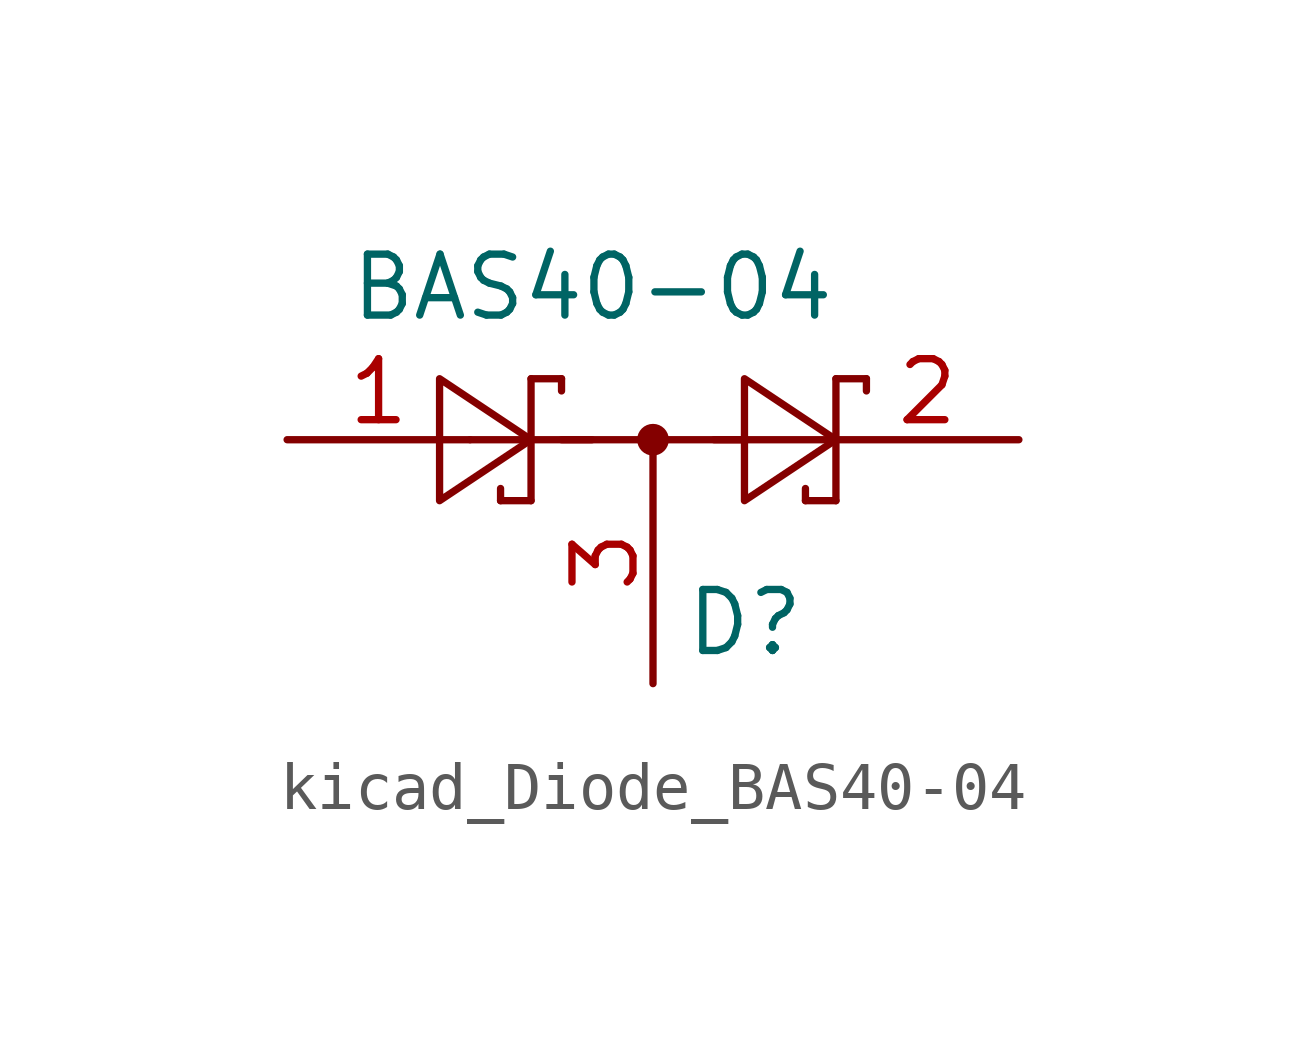
<source format=kicad_sym>
(kicad_symbol_lib
  (version 20220914)
  (generator kicad_symbol_editor)
  (symbol "kicad_Diode_BAS40-04"
    (pin_names
      (offset 1.016))
    (property "Reference" "D"
      (at 0.635 -1.27 0)
      (effects (font (size 1.27 1.27)) (justify left)))
    (property "Value" "BAS40-04"
      (at -6.35 5.715 0)
      (effects (font (size 1.27 1.27)) (justify left)))
    (symbol "kicad_Diode_BAS40-04_0_1"
      (polyline (pts (xy -3.81 2.54) (xy -1.27 2.54)) (stroke (width 0) (type default)) (fill (type none)))
      (polyline (pts (xy -3.175 1.27) (xy -3.175 1.524)) (stroke (width 0) (type default)) (fill (type none)))
      (polyline (pts (xy -2.54 1.27) (xy -3.175 1.27)) (stroke (width 0) (type default)) (fill (type none)))
      (polyline (pts (xy -2.54 1.27) (xy -2.54 3.81)) (stroke (width 0) (type default)) (fill (type none)))
      (polyline (pts (xy -2.54 3.81) (xy -1.905 3.81)) (stroke (width 0) (type default)) (fill (type none)))
      (polyline (pts (xy -1.905 2.54) (xy 1.905 2.54)) (stroke (width 0) (type default)) (fill (type none)))
      (polyline (pts (xy -1.905 3.81) (xy -1.905 3.556)) (stroke (width 0) (type default)) (fill (type none)))
      (polyline (pts (xy 1.27 2.54) (xy 3.81 2.54)) (stroke (width 0) (type default)) (fill (type none)))
      (polyline (pts (xy 3.175 1.27) (xy 3.175 1.524)) (stroke (width 0) (type default)) (fill (type none)))
      (polyline (pts (xy 3.81 1.27) (xy 3.175 1.27)) (stroke (width 0) (type default)) (fill (type none)))
      (polyline (pts (xy 3.81 1.27) (xy 3.81 3.81)) (stroke (width 0) (type default)) (fill (type none)))
      (polyline (pts (xy 3.81 3.81) (xy 4.445 3.81)) (stroke (width 0) (type default)) (fill (type none)))
      (polyline (pts (xy 4.445 3.81) (xy 4.445 3.556)) (stroke (width 0) (type default)) (fill (type none)))
      (polyline (pts (xy -4.445 3.81) (xy -4.445 1.27) (xy -2.54 2.54) (xy -4.445 3.81)) (stroke (width 0) (type default)) (fill (type none)))
      (polyline (pts (xy 1.905 3.81) (xy 1.905 1.27) (xy 3.81 2.54) (xy 1.905 3.81)) (stroke (width 0) (type default)) (fill (type none)))
      (circle (center 0 2.54) (radius 0.254) (stroke (width 0) (type default)) (fill (type outline))))
    (symbol "kicad_Diode_BAS40-04_1_1"
      (pin passive line (at -7.62 2.54 0) (length 3.81) (name "~" (effects (font (size 1.27 1.27)))) (number "1" (effects (font (size 1.27 1.27)))))
      (pin passive line (at 7.62 2.54 180) (length 3.81) (name "~" (effects (font (size 1.27 1.27)))) (number "2" (effects (font (size 1.27 1.27)))))
      (pin passive line (at 0 -2.54 90) (length 5.08) (name "~" (effects (font (size 1.27 1.27)))) (number "3" (effects (font (size 1.27 1.27))))))))
</source>
